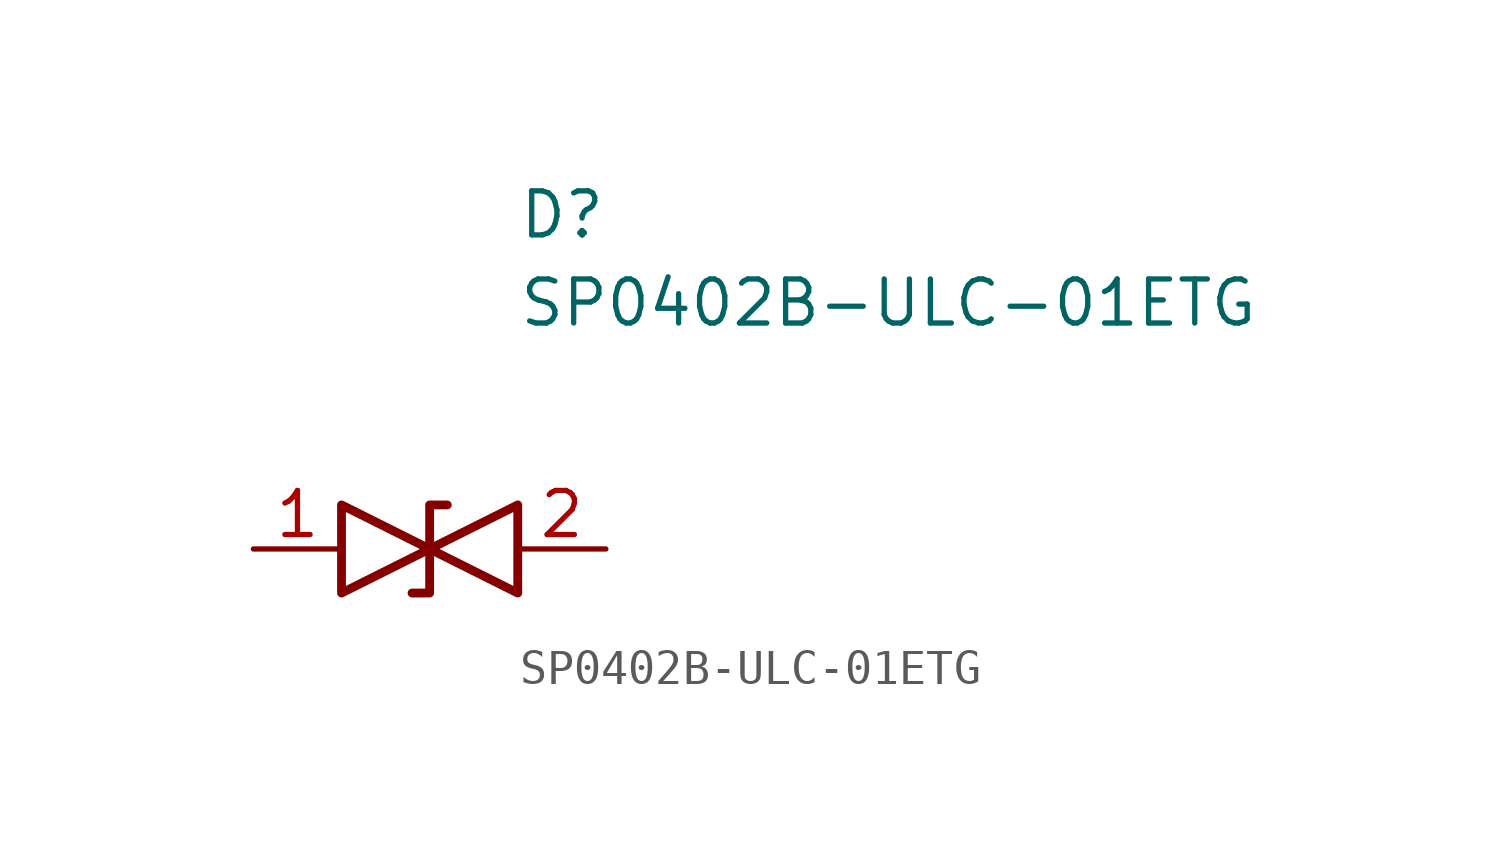
<source format=kicad_sym>
(kicad_symbol_lib
  (version 20241209)
  (generator "kicad_symbol_editor")
  (generator_version "9.0")
  (symbol "SP0402B-ULC-01ETG"
    (pin_names
      (hide yes))
    (property "Reference" "D"
      (at 12.7 8.89 0)
      (effects (font (size 1.27 1.27)) (justify left bottom)))
    (property "Value" "SP0402B-ULC-01ETG"
      (at 12.7 6.35 0)
      (effects (font (size 1.27 1.27)) (justify left bottom)))
    (symbol "SP0402B-ULC-01ETG_0_1"
      (polyline (pts (xy 7.62 1.27) (xy 7.62 -1.27) (xy 12.7 1.27) (xy 12.7 -1.27) (xy 7.62 1.27)) (stroke (width 0.254) (type default)) (fill (type none)))
      (polyline (pts (xy 10.668 1.27) (xy 10.16 1.27) (xy 10.16 -1.27) (xy 9.652 -1.27)) (stroke (width 0.254) (type default)) (fill (type none))))
    (symbol "SP0402B-ULC-01ETG_1_1"
      (pin passive line (at 5.08 0 0) (length 2.54) (name "A1" (effects (font (size 1.27 1.27)))) (number "1" (effects (font (size 1.27 1.27)))))
      (pin passive line (at 15.24 0 180) (length 2.54) (name "A2" (effects (font (size 1.27 1.27)))) (number "2" (effects (font (size 1.27 1.27))))))))
</source>
